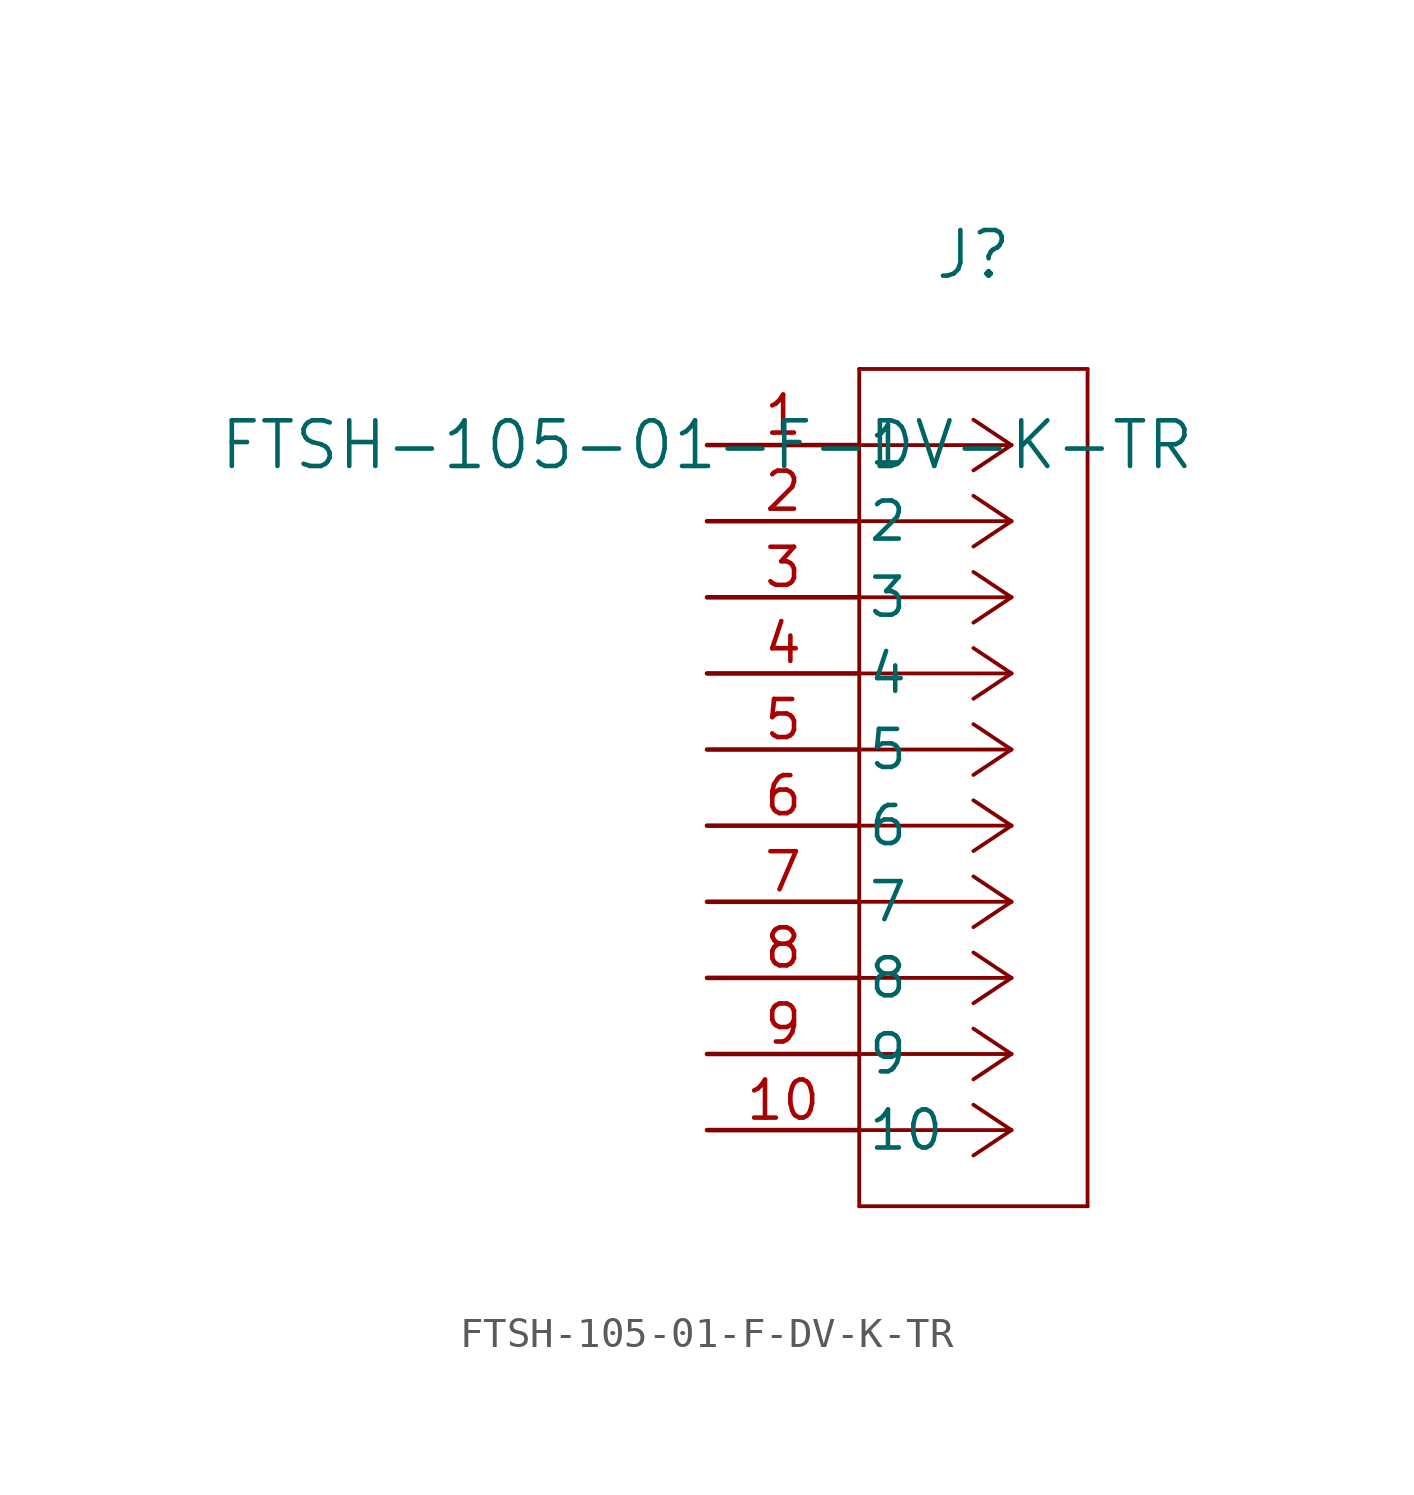
<source format=kicad_sym>
(kicad_symbol_lib
  (version 20211014)
  (generator kicad_symbol_editor)
  (symbol "FTSH-105-01-F-DV-K-TR"
    (pin_names
      (offset 0.254))
    (property "Reference" "J"
      (at 8.89 6.35 0)
      (effects (font (size 1.524 1.524))))
    (property "Value" "FTSH-105-01-F-DV-K-TR"
      (at 0 0 0)
      (effects (font (size 1.524 1.524))))
    (polyline
      (pts (xy 10.16 0) (xy 5.08 0))
      (stroke (width 0.127) (type default) (color 0 0 0 0))
      (fill (type none)))
    (polyline
      (pts (xy 10.16 -2.54) (xy 5.08 -2.54))
      (stroke (width 0.127) (type default) (color 0 0 0 0))
      (fill (type none)))
    (polyline
      (pts (xy 10.16 -5.08) (xy 5.08 -5.08))
      (stroke (width 0.127) (type default) (color 0 0 0 0))
      (fill (type none)))
    (polyline
      (pts (xy 10.16 -7.62) (xy 5.08 -7.62))
      (stroke (width 0.127) (type default) (color 0 0 0 0))
      (fill (type none)))
    (polyline
      (pts (xy 10.16 -10.16) (xy 5.08 -10.16))
      (stroke (width 0.127) (type default) (color 0 0 0 0))
      (fill (type none)))
    (polyline
      (pts (xy 10.16 -12.7) (xy 5.08 -12.7))
      (stroke (width 0.127) (type default) (color 0 0 0 0))
      (fill (type none)))
    (polyline
      (pts (xy 10.16 -15.24) (xy 5.08 -15.24))
      (stroke (width 0.127) (type default) (color 0 0 0 0))
      (fill (type none)))
    (polyline
      (pts (xy 10.16 -17.78) (xy 5.08 -17.78))
      (stroke (width 0.127) (type default) (color 0 0 0 0))
      (fill (type none)))
    (polyline
      (pts (xy 10.16 -20.32) (xy 5.08 -20.32))
      (stroke (width 0.127) (type default) (color 0 0 0 0))
      (fill (type none)))
    (polyline
      (pts (xy 10.16 -22.86) (xy 5.08 -22.86))
      (stroke (width 0.127) (type default) (color 0 0 0 0))
      (fill (type none)))
    (polyline
      (pts (xy 10.16 0) (xy 8.89 0.847))
      (stroke (width 0.127) (type default) (color 0 0 0 0))
      (fill (type none)))
    (polyline
      (pts (xy 10.16 -2.54) (xy 8.89 -1.693))
      (stroke (width 0.127) (type default) (color 0 0 0 0))
      (fill (type none)))
    (polyline
      (pts (xy 10.16 -5.08) (xy 8.89 -4.233))
      (stroke (width 0.127) (type default) (color 0 0 0 0))
      (fill (type none)))
    (polyline
      (pts (xy 10.16 -7.62) (xy 8.89 -6.773))
      (stroke (width 0.127) (type default) (color 0 0 0 0))
      (fill (type none)))
    (polyline
      (pts (xy 10.16 -10.16) (xy 8.89 -9.313))
      (stroke (width 0.127) (type default) (color 0 0 0 0))
      (fill (type none)))
    (polyline
      (pts (xy 10.16 -12.7) (xy 8.89 -11.853))
      (stroke (width 0.127) (type default) (color 0 0 0 0))
      (fill (type none)))
    (polyline
      (pts (xy 10.16 -15.24) (xy 8.89 -14.393))
      (stroke (width 0.127) (type default) (color 0 0 0 0))
      (fill (type none)))
    (polyline
      (pts (xy 10.16 -17.78) (xy 8.89 -16.933))
      (stroke (width 0.127) (type default) (color 0 0 0 0))
      (fill (type none)))
    (polyline
      (pts (xy 10.16 -20.32) (xy 8.89 -19.473))
      (stroke (width 0.127) (type default) (color 0 0 0 0))
      (fill (type none)))
    (polyline
      (pts (xy 10.16 -22.86) (xy 8.89 -22.013))
      (stroke (width 0.127) (type default) (color 0 0 0 0))
      (fill (type none)))
    (polyline
      (pts (xy 10.16 0) (xy 8.89 -0.847))
      (stroke (width 0.127) (type default) (color 0 0 0 0))
      (fill (type none)))
    (polyline
      (pts (xy 10.16 -2.54) (xy 8.89 -3.387))
      (stroke (width 0.127) (type default) (color 0 0 0 0))
      (fill (type none)))
    (polyline
      (pts (xy 10.16 -5.08) (xy 8.89 -5.927))
      (stroke (width 0.127) (type default) (color 0 0 0 0))
      (fill (type none)))
    (polyline
      (pts (xy 10.16 -7.62) (xy 8.89 -8.467))
      (stroke (width 0.127) (type default) (color 0 0 0 0))
      (fill (type none)))
    (polyline
      (pts (xy 10.16 -10.16) (xy 8.89 -11.007))
      (stroke (width 0.127) (type default) (color 0 0 0 0))
      (fill (type none)))
    (polyline
      (pts (xy 10.16 -12.7) (xy 8.89 -13.547))
      (stroke (width 0.127) (type default) (color 0 0 0 0))
      (fill (type none)))
    (polyline
      (pts (xy 10.16 -15.24) (xy 8.89 -16.087))
      (stroke (width 0.127) (type default) (color 0 0 0 0))
      (fill (type none)))
    (polyline
      (pts (xy 10.16 -17.78) (xy 8.89 -18.627))
      (stroke (width 0.127) (type default) (color 0 0 0 0))
      (fill (type none)))
    (polyline
      (pts (xy 10.16 -20.32) (xy 8.89 -21.167))
      (stroke (width 0.127) (type default) (color 0 0 0 0))
      (fill (type none)))
    (polyline
      (pts (xy 10.16 -22.86) (xy 8.89 -23.707))
      (stroke (width 0.127) (type default) (color 0 0 0 0))
      (fill (type none)))
    (polyline
      (pts (xy 5.08 2.54) (xy 5.08 -25.4))
      (stroke (width 0.127) (type default) (color 0 0 0 0))
      (fill (type none)))
    (polyline
      (pts (xy 5.08 -25.4) (xy 12.7 -25.4))
      (stroke (width 0.127) (type default) (color 0 0 0 0))
      (fill (type none)))
    (polyline
      (pts (xy 12.7 -25.4) (xy 12.7 2.54))
      (stroke (width 0.127) (type default) (color 0 0 0 0))
      (fill (type none)))
    (polyline
      (pts (xy 12.7 2.54) (xy 5.08 2.54))
      (stroke (width 0.127) (type default) (color 0 0 0 0))
      (fill (type none)))
    (pin unspecified line
      (at 0 0 0)
      (length 5.08)
      (name "1" (effects (font (size 1.27 1.27))))
      (number "1" (effects (font (size 1.27 1.27)))))
    (pin unspecified line
      (at 0 -2.54 0)
      (length 5.08)
      (name "2" (effects (font (size 1.27 1.27))))
      (number "2" (effects (font (size 1.27 1.27)))))
    (pin unspecified line
      (at 0 -5.08 0)
      (length 5.08)
      (name "3" (effects (font (size 1.27 1.27))))
      (number "3" (effects (font (size 1.27 1.27)))))
    (pin unspecified line
      (at 0 -7.62 0)
      (length 5.08)
      (name "4" (effects (font (size 1.27 1.27))))
      (number "4" (effects (font (size 1.27 1.27)))))
    (pin unspecified line
      (at 0 -10.16 0)
      (length 5.08)
      (name "5" (effects (font (size 1.27 1.27))))
      (number "5" (effects (font (size 1.27 1.27)))))
    (pin unspecified line
      (at 0 -12.7 0)
      (length 5.08)
      (name "6" (effects (font (size 1.27 1.27))))
      (number "6" (effects (font (size 1.27 1.27)))))
    (pin unspecified line
      (at 0 -15.24 0)
      (length 5.08)
      (name "7" (effects (font (size 1.27 1.27))))
      (number "7" (effects (font (size 1.27 1.27)))))
    (pin unspecified line
      (at 0 -17.78 0)
      (length 5.08)
      (name "8" (effects (font (size 1.27 1.27))))
      (number "8" (effects (font (size 1.27 1.27)))))
    (pin unspecified line
      (at 0 -20.32 0)
      (length 5.08)
      (name "9" (effects (font (size 1.27 1.27))))
      (number "9" (effects (font (size 1.27 1.27)))))
    (pin unspecified line
      (at 0 -22.86 0)
      (length 5.08)
      (name "10" (effects (font (size 1.27 1.27))))
      (number "10" (effects (font (size 1.27 1.27)))))))
</source>
